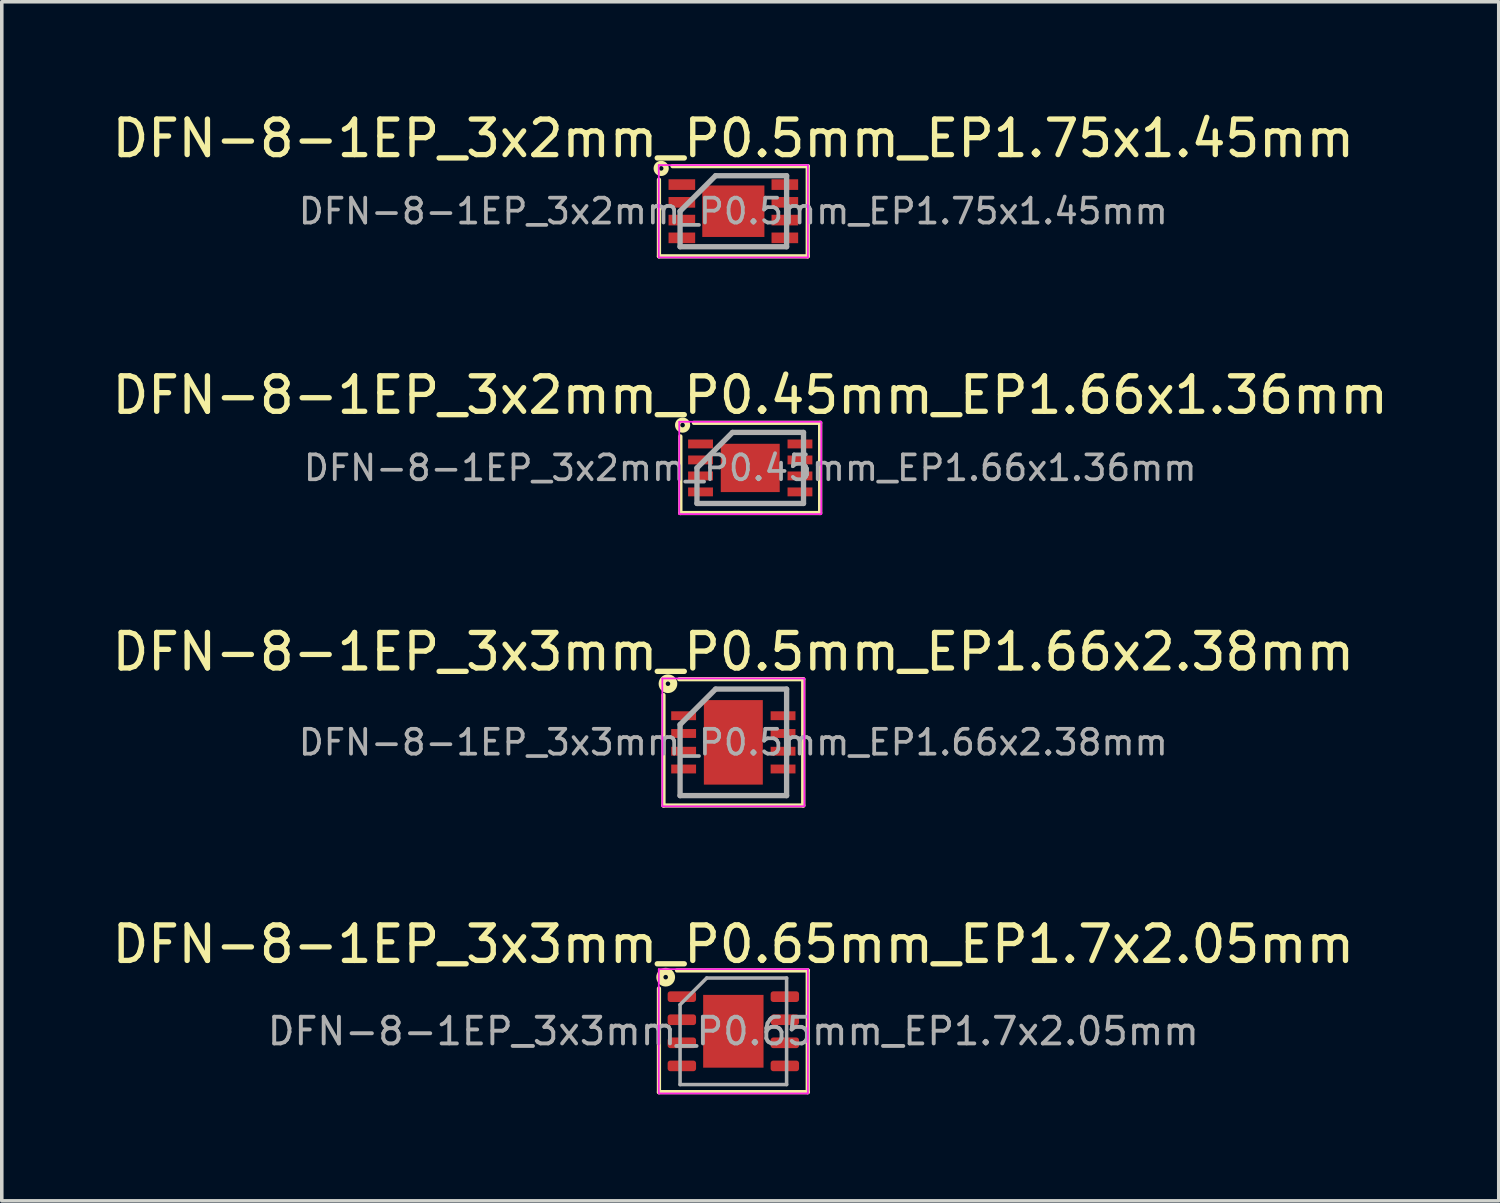
<source format=kicad_pcb>
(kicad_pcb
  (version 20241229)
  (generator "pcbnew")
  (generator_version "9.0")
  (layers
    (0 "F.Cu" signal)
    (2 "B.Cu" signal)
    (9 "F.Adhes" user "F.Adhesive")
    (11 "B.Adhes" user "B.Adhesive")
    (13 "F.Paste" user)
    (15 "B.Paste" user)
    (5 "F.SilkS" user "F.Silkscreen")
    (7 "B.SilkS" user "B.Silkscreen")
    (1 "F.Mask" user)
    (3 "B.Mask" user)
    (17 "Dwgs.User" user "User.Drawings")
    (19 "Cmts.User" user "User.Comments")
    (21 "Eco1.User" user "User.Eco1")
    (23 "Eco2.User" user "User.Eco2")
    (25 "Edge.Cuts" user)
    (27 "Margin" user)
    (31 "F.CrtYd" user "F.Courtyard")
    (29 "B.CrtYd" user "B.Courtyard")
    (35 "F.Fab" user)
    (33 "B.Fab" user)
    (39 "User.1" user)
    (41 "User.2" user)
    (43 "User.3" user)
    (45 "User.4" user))
  (footprint "DFN-8-1EP_3x3mm_P0.65mm_EP1.7x2.05mm"
    (layer "F.Cu")
    (at 17.601 25.991)
    (property "Reference" "DFN-8-1EP_3x3mm_P0.65mm_EP1.7x2.05mm" (at 0 -2.45 0) (layer "F.SilkS") (effects (font (size 1 1) (thickness 0.15))))
    (attr smd)
    (fp_line (start -2.095 1.714) (end -2.095 -1.206) (stroke (width 0.12) (type solid)) (layer "F.SilkS"))
    (fp_line (start -1.587 -1.714) (end 2.095 -1.714) (stroke (width 0.12) (type solid)) (layer "F.SilkS"))
    (fp_line (start 2.095 -1.714) (end 2.095 1.714) (stroke (width 0.12) (type solid)) (layer "F.SilkS"))
    (fp_line (start 2.095 1.714) (end -2.095 1.714) (stroke (width 0.12) (type solid)) (layer "F.SilkS"))
    (fp_circle (center -1.905 -1.524) (end -1.841 -1.524) (stroke (width 0.2) (type solid)) (fill no) (layer "F.SilkS"))
    (fp_line (start -2.1 -1.75) (end -2.1 1.75) (stroke (width 0.05) (type solid)) (layer "F.CrtYd"))
    (fp_line (start -2.1 1.75) (end 2.1 1.75) (stroke (width 0.05) (type solid)) (layer "F.CrtYd"))
    (fp_line (start 2.1 -1.75) (end -2.1 -1.75) (stroke (width 0.05) (type solid)) (layer "F.CrtYd"))
    (fp_line (start 2.1 1.75) (end 2.1 -1.75) (stroke (width 0.05) (type solid)) (layer "F.CrtYd"))
    (fp_line (start -1.5 -0.75) (end -0.75 -1.5) (stroke (width 0.1) (type solid)) (layer "F.Fab"))
    (fp_line (start -1.5 1.5) (end -1.5 -0.75) (stroke (width 0.1) (type solid)) (layer "F.Fab"))
    (fp_line (start -0.75 -1.5) (end 1.5 -1.5) (stroke (width 0.1) (type solid)) (layer "F.Fab"))
    (fp_line (start 1.5 -1.5) (end 1.5 1.5) (stroke (width 0.1) (type solid)) (layer "F.Fab"))
    (fp_line (start 1.5 1.5) (end -1.5 1.5) (stroke (width 0.1) (type solid)) (layer "F.Fab"))
    (fp_text user "${REFERENCE}" (at 0 0 0) (layer "F.Fab") (effects (font (size 0.75 0.75) (thickness 0.11))))
    (pad "" smd roundrect (at -0.425 -0.51) (size 0.69 0.83) (layers "F.Paste") (roundrect_rratio 0.25))
    (pad "" smd roundrect (at -0.425 0.51) (size 0.69 0.83) (layers "F.Paste") (roundrect_rratio 0.25))
    (pad "" smd roundrect (at 0.425 -0.51) (size 0.69 0.83) (layers "F.Paste") (roundrect_rratio 0.25))
    (pad "" smd roundrect (at 0.425 0.51) (size 0.69 0.83) (layers "F.Paste") (roundrect_rratio 0.25))
    (pad "1" smd roundrect (at -1.45 -0.975) (size 0.8 0.3) (layers "F.Cu" "F.Mask" "F.Paste") (roundrect_rratio 0.25))
    (pad "2" smd roundrect (at -1.45 -0.325) (size 0.8 0.3) (layers "F.Cu" "F.Mask" "F.Paste") (roundrect_rratio 0.25))
    (pad "3" smd roundrect (at -1.45 0.325) (size 0.8 0.3) (layers "F.Cu" "F.Mask" "F.Paste") (roundrect_rratio 0.25))
    (pad "4" smd roundrect (at -1.45 0.975) (size 0.8 0.3) (layers "F.Cu" "F.Mask" "F.Paste") (roundrect_rratio 0.25))
    (pad "5" smd roundrect (at 1.45 0.975) (size 0.8 0.3) (layers "F.Cu" "F.Mask" "F.Paste") (roundrect_rratio 0.25))
    (pad "6" smd roundrect (at 1.45 0.325) (size 0.8 0.3) (layers "F.Cu" "F.Mask" "F.Paste") (roundrect_rratio 0.25))
    (pad "7" smd roundrect (at 1.45 -0.325) (size 0.8 0.3) (layers "F.Cu" "F.Mask" "F.Paste") (roundrect_rratio 0.25))
    (pad "8" smd roundrect (at 1.45 -0.975) (size 0.8 0.3) (layers "F.Cu" "F.Mask" "F.Paste") (roundrect_rratio 0.25))
    (pad "9" smd rect (at 0 0) (size 1.7 2.05) (layers "F.Cu" "F.Mask")))
  (footprint "DFN-8-1EP_3x3mm_P0.5mm_EP1.66x2.38mm"
    (layer "F.Cu")
    (at 17.601 17.855)
    (property "Reference" "DFN-8-1EP_3x3mm_P0.5mm_EP1.66x2.38mm" (at 0 -2.55 0) (layer "F.SilkS") (effects (font (size 1 1) (thickness 0.15))))
    (attr smd)
    (fp_line (start -1.968 1.778) (end -1.968 -1.333) (stroke (width 0.12) (type solid)) (layer "F.SilkS"))
    (fp_line (start -1.524 -1.778) (end 1.968 -1.778) (stroke (width 0.12) (type solid)) (layer "F.SilkS"))
    (fp_line (start 1.968 -1.778) (end 1.968 1.778) (stroke (width 0.12) (type solid)) (layer "F.SilkS"))
    (fp_line (start 1.968 1.778) (end -1.968 1.778) (stroke (width 0.12) (type solid)) (layer "F.SilkS"))
    (fp_circle (center -1.841 -1.651) (end -1.778 -1.651) (stroke (width 0.2) (type solid)) (fill no) (layer "F.SilkS"))
    (fp_line (start -2 -1.8) (end -2 1.8) (stroke (width 0.05) (type solid)) (layer "F.CrtYd"))
    (fp_line (start -2 -1.8) (end 2 -1.8) (stroke (width 0.05) (type solid)) (layer "F.CrtYd"))
    (fp_line (start -2 1.8) (end 2 1.8) (stroke (width 0.05) (type solid)) (layer "F.CrtYd"))
    (fp_line (start 2 -1.8) (end 2 1.8) (stroke (width 0.05) (type solid)) (layer "F.CrtYd"))
    (fp_line (start -1.5 -0.5) (end -0.5 -1.5) (stroke (width 0.15) (type solid)) (layer "F.Fab"))
    (fp_line (start -1.5 1.5) (end -1.5 -0.5) (stroke (width 0.15) (type solid)) (layer "F.Fab"))
    (fp_line (start -0.5 -1.5) (end 1.5 -1.5) (stroke (width 0.15) (type solid)) (layer "F.Fab"))
    (fp_line (start 1.5 -1.5) (end 1.5 1.5) (stroke (width 0.15) (type solid)) (layer "F.Fab"))
    (fp_line (start 1.5 1.5) (end -1.5 1.5) (stroke (width 0.15) (type solid)) (layer "F.Fab"))
    (fp_text user "${REFERENCE}" (at 0 0 0) (layer "F.Fab") (effects (font (size 0.7 0.7) (thickness 0.105))))
    (pad "" smd rect (at -0.415 -0.595) (size 0.64 1) (layers "F.Paste"))
    (pad "" smd rect (at -0.415 0.595) (size 0.64 1) (layers "F.Paste"))
    (pad "" smd rect (at 0.415 -0.595) (size 0.64 1) (layers "F.Paste"))
    (pad "" smd rect (at 0.415 0.595) (size 0.64 1) (layers "F.Paste"))
    (pad "1" smd rect (at -1.4 -0.75) (size 0.7 0.25) (layers "F.Cu" "F.Mask" "F.Paste"))
    (pad "2" smd rect (at -1.4 -0.25) (size 0.7 0.25) (layers "F.Cu" "F.Mask" "F.Paste"))
    (pad "3" smd rect (at -1.4 0.25) (size 0.7 0.25) (layers "F.Cu" "F.Mask" "F.Paste"))
    (pad "4" smd rect (at -1.4 0.75) (size 0.7 0.25) (layers "F.Cu" "F.Mask" "F.Paste"))
    (pad "5" smd rect (at 1.4 0.75) (size 0.7 0.25) (layers "F.Cu" "F.Mask" "F.Paste"))
    (pad "6" smd rect (at 1.4 0.25) (size 0.7 0.25) (layers "F.Cu" "F.Mask" "F.Paste"))
    (pad "7" smd rect (at 1.4 -0.25) (size 0.7 0.25) (layers "F.Cu" "F.Mask" "F.Paste"))
    (pad "8" smd rect (at 1.4 -0.75) (size 0.7 0.25) (layers "F.Cu" "F.Mask" "F.Paste"))
    (pad "9" smd rect (at 0 0) (size 1.66 2.38) (layers "F.Cu" "F.Mask")))
  (footprint "DFN-8-1EP_3x2mm_P0.45mm_EP1.66x1.36mm"
    (layer "F.Cu")
    (at 18.077 10.127)
    (property "Reference" "DFN-8-1EP_3x2mm_P0.45mm_EP1.66x1.36mm" (at 0 -2.05 0) (layer "F.SilkS") (effects (font (size 1 1) (thickness 0.15))))
    (attr smd)
    (fp_line (start -1.968 1.27) (end -1.968 -0.889) (stroke (width 0.12) (type solid)) (layer "F.SilkS"))
    (fp_line (start -1.587 -1.27) (end 1.968 -1.27) (stroke (width 0.12) (type solid)) (layer "F.SilkS"))
    (fp_line (start 1.968 -1.27) (end 1.968 1.27) (stroke (width 0.12) (type solid)) (layer "F.SilkS"))
    (fp_line (start 1.968 1.27) (end -1.968 1.27) (stroke (width 0.12) (type solid)) (layer "F.SilkS"))
    (fp_circle (center -1.905 -1.206) (end -1.841 -1.206) (stroke (width 0.15) (type solid)) (fill no) (layer "F.SilkS"))
    (fp_line (start -2 -1.3) (end -2 1.3) (stroke (width 0.05) (type solid)) (layer "F.CrtYd"))
    (fp_line (start -2 -1.3) (end 2 -1.3) (stroke (width 0.05) (type solid)) (layer "F.CrtYd"))
    (fp_line (start -2 1.3) (end 2 1.3) (stroke (width 0.05) (type solid)) (layer "F.CrtYd"))
    (fp_line (start 2 -1.3) (end 2 1.3) (stroke (width 0.05) (type solid)) (layer "F.CrtYd"))
    (fp_line (start -1.5 0) (end -0.5 -1) (stroke (width 0.15) (type solid)) (layer "F.Fab"))
    (fp_line (start -1.5 1) (end -1.5 0) (stroke (width 0.15) (type solid)) (layer "F.Fab"))
    (fp_line (start -0.5 -1) (end 1.5 -1) (stroke (width 0.15) (type solid)) (layer "F.Fab"))
    (fp_line (start 1.5 -1) (end 1.5 1) (stroke (width 0.15) (type solid)) (layer "F.Fab"))
    (fp_line (start 1.5 1) (end -1.5 1) (stroke (width 0.15) (type solid)) (layer "F.Fab"))
    (fp_text user "${REFERENCE}" (at 0 0 0) (layer "F.Fab") (effects (font (size 0.7 0.7) (thickness 0.105))))
    (pad "" smd rect (at -0.415 -0.34) (size 0.66 0.55) (layers "F.Paste"))
    (pad "" smd rect (at -0.415 0.34) (size 0.66 0.55) (layers "F.Paste"))
    (pad "" smd rect (at 0.415 -0.34) (size 0.66 0.55) (layers "F.Paste"))
    (pad "" smd rect (at 0.415 0.34) (size 0.66 0.55) (layers "F.Paste"))
    (pad "1" smd rect (at -1.4 -0.675) (size 0.7 0.25) (layers "F.Cu" "F.Mask" "F.Paste"))
    (pad "2" smd rect (at -1.4 -0.225) (size 0.7 0.25) (layers "F.Cu" "F.Mask" "F.Paste"))
    (pad "3" smd rect (at -1.4 0.225) (size 0.7 0.25) (layers "F.Cu" "F.Mask" "F.Paste"))
    (pad "4" smd rect (at -1.4 0.675) (size 0.7 0.25) (layers "F.Cu" "F.Mask" "F.Paste"))
    (pad "5" smd rect (at 1.4 0.675) (size 0.7 0.25) (layers "F.Cu" "F.Mask" "F.Paste"))
    (pad "6" smd rect (at 1.4 0.225) (size 0.7 0.25) (layers "F.Cu" "F.Mask" "F.Paste"))
    (pad "7" smd rect (at 1.4 -0.225) (size 0.7 0.25) (layers "F.Cu" "F.Mask" "F.Paste"))
    (pad "8" smd rect (at 1.4 -0.675) (size 0.7 0.25) (layers "F.Cu" "F.Mask" "F.Paste"))
    (pad "9" smd rect (at 0 0) (size 1.66 1.36) (layers "F.Cu" "F.Mask")))
  (footprint "DFN-8-1EP_3x2mm_P0.5mm_EP1.75x1.45mm"
    (layer "F.Cu")
    (at 17.601 2.898)
    (property "Reference" "DFN-8-1EP_3x2mm_P0.5mm_EP1.75x1.45mm" (at 0 -2.05 0) (layer "F.SilkS") (effects (font (size 1 1) (thickness 0.15))))
    (attr smd)
    (fp_line (start -2.095 1.27) (end -2.095 -0.889) (stroke (width 0.12) (type solid)) (layer "F.SilkS"))
    (fp_line (start -1.714 -1.27) (end 2.095 -1.27) (stroke (width 0.12) (type solid)) (layer "F.SilkS"))
    (fp_line (start 2.095 -1.27) (end 2.095 1.27) (stroke (width 0.12) (type solid)) (layer "F.SilkS"))
    (fp_line (start 2.095 1.27) (end -2.095 1.27) (stroke (width 0.12) (type solid)) (layer "F.SilkS"))
    (fp_circle (center -2.032 -1.206) (end -1.968 -1.206) (stroke (width 0.15) (type solid)) (fill no) (layer "F.SilkS"))
    (fp_line (start -2.1 -1.3) (end -2.1 1.3) (stroke (width 0.05) (type solid)) (layer "F.CrtYd"))
    (fp_line (start -2.1 -1.3) (end 2.1 -1.3) (stroke (width 0.05) (type solid)) (layer "F.CrtYd"))
    (fp_line (start -2.1 1.3) (end 2.1 1.3) (stroke (width 0.05) (type solid)) (layer "F.CrtYd"))
    (fp_line (start 2.1 -1.3) (end 2.1 1.3) (stroke (width 0.05) (type solid)) (layer "F.CrtYd"))
    (fp_line (start -1.5 0) (end -0.5 -1) (stroke (width 0.15) (type solid)) (layer "F.Fab"))
    (fp_line (start -1.5 1) (end -1.5 0) (stroke (width 0.15) (type solid)) (layer "F.Fab"))
    (fp_line (start -0.5 -1) (end 1.5 -1) (stroke (width 0.15) (type solid)) (layer "F.Fab"))
    (fp_line (start 1.5 -1) (end 1.5 1) (stroke (width 0.15) (type solid)) (layer "F.Fab"))
    (fp_line (start 1.5 1) (end -1.5 1) (stroke (width 0.15) (type solid)) (layer "F.Fab"))
    (fp_text user "${REFERENCE}" (at 0 0 0) (layer "F.Fab") (effects (font (size 0.7 0.7) (thickness 0.105))))
    (pad "" smd rect (at -0.438 -0.362) (size 0.71 0.58) (layers "F.Paste"))
    (pad "" smd rect (at -0.438 0.362) (size 0.71 0.58) (layers "F.Paste"))
    (pad "" smd rect (at 0.438 -0.362) (size 0.71 0.58) (layers "F.Paste"))
    (pad "" smd rect (at 0.438 0.362) (size 0.71 0.58) (layers "F.Paste"))
    (pad "1" smd rect (at -1.45 -0.75) (size 0.75 0.3) (layers "F.Cu" "F.Mask" "F.Paste"))
    (pad "2" smd rect (at -1.45 -0.25) (size 0.75 0.3) (layers "F.Cu" "F.Mask" "F.Paste"))
    (pad "3" smd rect (at -1.45 0.25) (size 0.75 0.3) (layers "F.Cu" "F.Mask" "F.Paste"))
    (pad "4" smd rect (at -1.45 0.75) (size 0.75 0.3) (layers "F.Cu" "F.Mask" "F.Paste"))
    (pad "5" smd rect (at 1.45 0.75) (size 0.75 0.3) (layers "F.Cu" "F.Mask" "F.Paste"))
    (pad "6" smd rect (at 1.45 0.25) (size 0.75 0.3) (layers "F.Cu" "F.Mask" "F.Paste"))
    (pad "7" smd rect (at 1.45 -0.25) (size 0.75 0.3) (layers "F.Cu" "F.Mask" "F.Paste"))
    (pad "8" smd rect (at 1.45 -0.75) (size 0.75 0.3) (layers "F.Cu" "F.Mask" "F.Paste"))
    (pad "9" smd rect (at 0 0) (size 1.75 1.45) (layers "F.Cu" "F.Mask")))
  (gr_rect
    (start -3 -3)
    (end 39.155 30.766)
    (stroke (width 0.1) (type default))
    (fill no)
    (layer "Edge.Cuts")))
</source>
